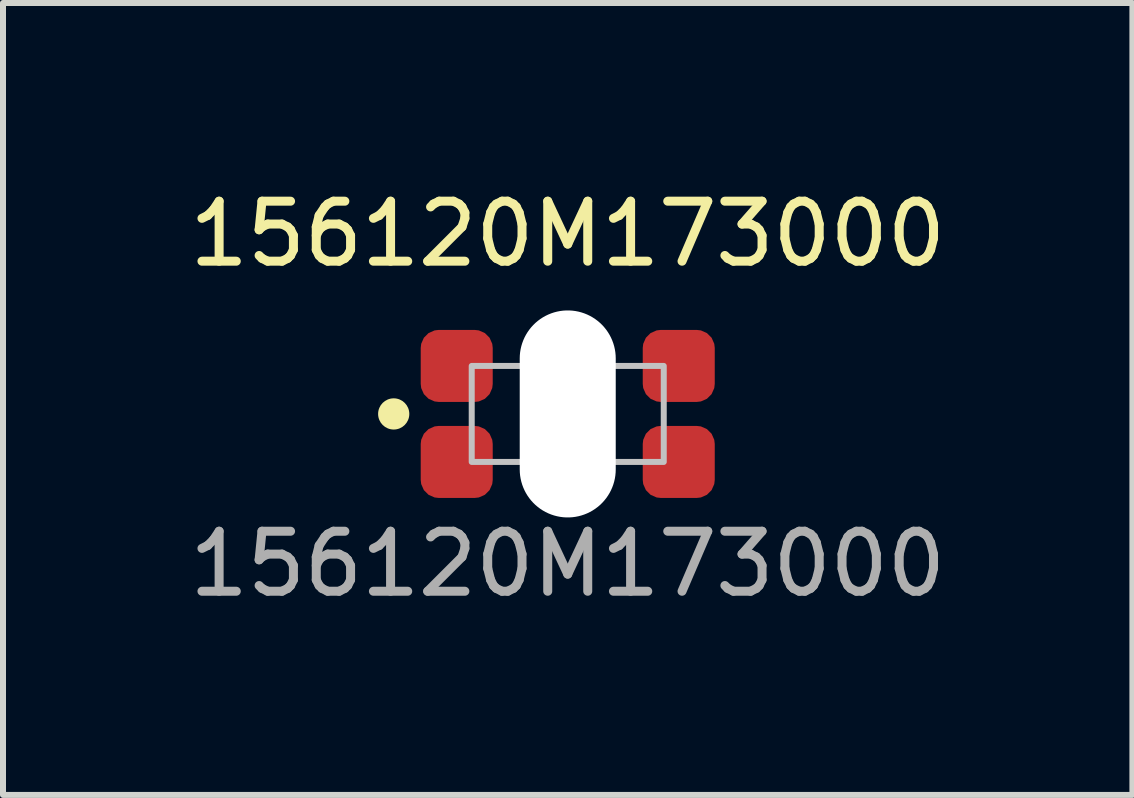
<source format=kicad_pcb>
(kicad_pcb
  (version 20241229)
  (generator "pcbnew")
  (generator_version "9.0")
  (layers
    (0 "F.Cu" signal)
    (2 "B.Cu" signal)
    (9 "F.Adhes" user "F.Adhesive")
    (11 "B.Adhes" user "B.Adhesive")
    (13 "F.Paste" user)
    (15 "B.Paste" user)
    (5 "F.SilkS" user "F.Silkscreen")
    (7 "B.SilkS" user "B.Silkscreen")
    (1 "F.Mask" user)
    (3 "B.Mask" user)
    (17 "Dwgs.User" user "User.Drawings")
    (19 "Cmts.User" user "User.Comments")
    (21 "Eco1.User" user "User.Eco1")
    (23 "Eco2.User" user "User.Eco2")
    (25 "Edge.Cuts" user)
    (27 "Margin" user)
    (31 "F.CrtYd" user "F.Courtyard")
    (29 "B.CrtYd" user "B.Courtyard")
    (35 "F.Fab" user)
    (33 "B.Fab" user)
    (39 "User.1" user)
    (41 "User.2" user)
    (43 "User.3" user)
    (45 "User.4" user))
  (footprint "156120M173000"
    (layer "F.Cu")
    (at 6.411 3.848)
    (property "Reference" "156120M173000" (at 0 -3 0) (unlocked yes) (layer "F.SilkS") (effects (font (size 1 1) (thickness 0.15))))
    (attr smd)
    (fp_circle (center -2.9 0) (end -2.7 0) (stroke (width 0.12) (type solid)) (fill yes) (layer "F.SilkS"))
    (fp_rect (start -1.6 -0.8) (end 1.6 0.8) (stroke (width 0.1) (type solid)) (fill no) (layer "Dwgs.User"))
    (fp_rect (start -0.7 -0.8) (end 0.7 0.8) (stroke (width 0.12) (type solid)) (fill no) (layer "Dwgs.User"))
    (fp_text user "${REFERENCE}" (at 0 2.5 0) (unlocked yes) (layer "F.Fab") (effects (font (size 1 1) (thickness 0.15))))
    (pad "" np_thru_hole oval (at 0 0) (size 1.6 3.45) (drill oval 1.6 3.45) (layers "*.Cu" "*.Mask"))
    (pad "1" smd roundrect (at -1.85 -0.8) (size 1.2 1.2) (layers "F.Cu" "F.Mask" "F.Paste") (roundrect_rratio 0.25))
    (pad "2" smd roundrect (at -1.85 0.8) (size 1.2 1.2) (layers "F.Cu" "F.Mask" "F.Paste") (roundrect_rratio 0.25))
    (pad "3" smd roundrect (at 1.85 0.8) (size 1.2 1.2) (layers "F.Cu" "F.Mask" "F.Paste") (roundrect_rratio 0.25))
    (pad "4" smd roundrect (at 1.85 -0.8) (size 1.2 1.2) (layers "F.Cu" "F.Mask" "F.Paste") (roundrect_rratio 0.25)))
  (gr_rect
    (start -3 -3)
    (end 15.821 10.197)
    (stroke (width 0.1) (type default))
    (fill no)
    (layer "Edge.Cuts")))
</source>
